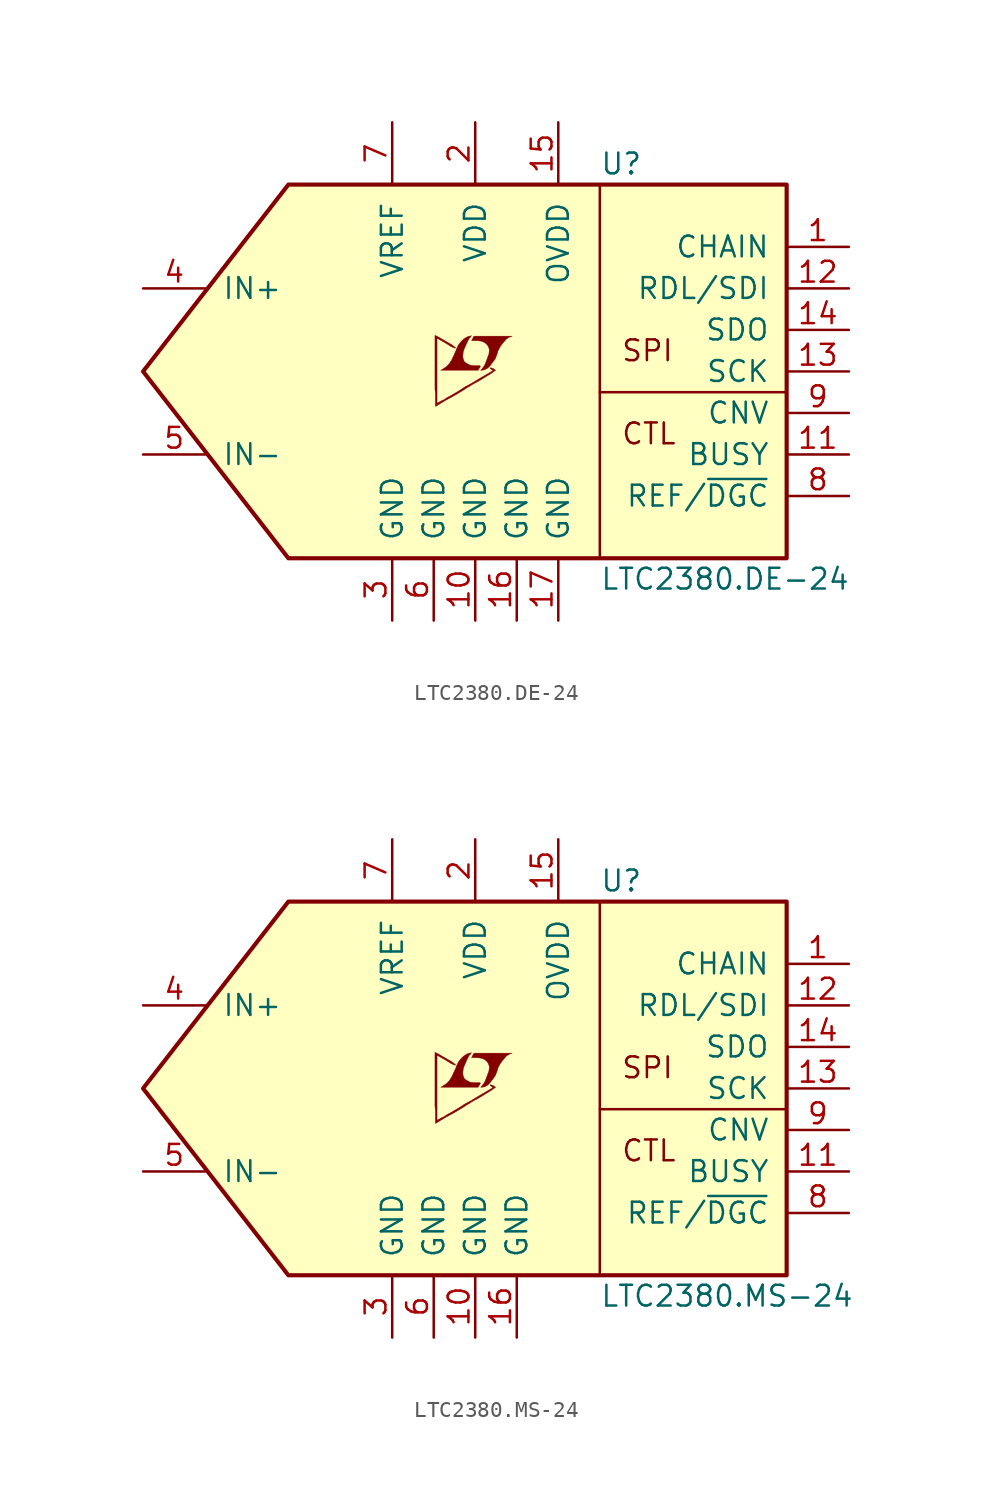
<source format=kicad_sym>
(kicad_symbol_lib
  (version 20201005)
  (generator kicad_symbol_editor)
  (symbol "LTC2380.DE-24"
    (pin_names
      (offset 1.016))
    (property "Reference" "U"
      (at 7.62 12.7 0)
      (effects (font (size 1.27 1.27)) (justify left)))
    (property "Value" "LTC2380.DE-24"
      (at 7.62 -12.7 0)
      (effects (font (size 1.27 1.27)) (justify left)))
    (symbol "LTC2380.DE-24_0_0"
      (text "CTL" (at 8.89 -3.81 0) (effects (font (size 1.27 1.27)) (justify left)))
      (text "SPI" (at 8.89 1.27 0) (effects (font (size 1.27 1.27)) (justify left)))
      (polyline (pts (xy 0.584 0.102) (xy 0.762 0.203) (xy 0.914 0.356) (xy 1.219 0.762) (xy 1.321 1.016) (xy 1.397 1.27) (xy 1.549 1.549) (xy 1.727 1.778) (xy 1.905 1.981) (xy 2.108 2.108) (xy 2.261 2.159) (xy -0.076 2.159) (xy -0.152 2.032) (xy -0.152 2.007) (xy -0.203 1.93) (xy -0.229 1.905) (xy -0.178 1.88) (xy 0.102 1.88) (xy 0.356 1.854) (xy 0.559 1.778) (xy 0.711 1.651) (xy 0.813 1.499) (xy 0.864 1.321) (xy 0.838 1.092) (xy 0.838 1.067) (xy 0.61 0.457) (xy 0.508 0.279) (xy 0.406 0.152) (xy 0.33 0.076) (xy 0.432 0.076) (xy 0.584 0.102)) (stroke (width 0.025)) (fill (type outline)))
      (polyline (pts (xy 0.229 0.178) (xy 0.254 0.203) (xy 0.305 0.279) (xy 0.305 0.33) (xy 0.254 0.356) (xy -0.051 0.356) (xy -0.305 0.381) (xy -0.508 0.483) (xy -0.66 0.584) (xy -0.737 0.762) (xy -0.762 0.94) (xy -0.737 1.168) (xy -0.737 1.194) (xy -0.686 1.346) (xy -0.533 1.702) (xy -0.381 2.007) (xy -0.305 2.083) (xy -0.229 2.184) (xy -0.356 2.159) (xy -0.508 2.108) (xy -0.711 1.981) (xy -0.889 1.803) (xy -1.041 1.6) (xy -1.168 1.321) (xy -1.168 1.295) (xy -1.321 0.965) (xy -1.448 0.686) (xy -1.6 0.457) (xy -1.753 0.305) (xy -1.93 0.178) (xy -2.108 0.076) (xy 0.178 0.076) (xy 0.229 0.178)) (stroke (width 0.025)) (fill (type outline)))
      (polyline (pts (xy -2.362 -2.108) (xy -2.286 -2.057) (xy -2.159 -1.981) (xy -2.083 -1.93) (xy -1.829 -1.778) (xy -1.27 -1.473) (xy -0.762 -1.168) (xy -0.533 -1.016) (xy -0.356 -0.914) (xy -0.203 -0.813) (xy -0.102 -0.762) (xy -0.025 -0.711) (xy 0.127 -0.635) (xy 0.305 -0.533) (xy 0.711 -0.279) (xy 0.889 -0.178) (xy 1.041 -0.076) (xy 1.143 0) (xy 1.219 0.051) (xy 1.245 0.076) (xy 1.092 0.178) (xy 0.94 0.229) (xy 0.914 0.203) (xy 0.914 0.178) (xy 0.991 0.127) (xy 1.092 0.051) (xy 0.178 -0.483) (xy -0.025 -0.61) (xy -0.33 -0.787) (xy -0.66 -0.965) (xy -0.965 -1.168) (xy -1.27 -1.346) (xy -1.524 -1.499) (xy -1.727 -1.6) (xy -1.905 -1.727) (xy -2.083 -1.803) (xy -2.21 -1.88) (xy -2.311 -1.93) (xy -2.337 -1.956) (xy -2.337 2.032) (xy -1.803 1.727) (xy -1.676 1.651) (xy -1.524 1.549) (xy -1.372 1.473) (xy -1.295 1.448) (xy -1.245 1.422) (xy -1.219 1.422) (xy -1.219 1.473) (xy -1.295 1.524) (xy -1.422 1.626) (xy -1.6 1.727) (xy -1.727 1.803) (xy -2.083 2.007) (xy -2.21 2.083) (xy -2.464 2.21) (xy -2.464 -1.067) (xy -2.438 -1.372) (xy -2.438 -2.134) (xy -2.413 -2.134) (xy -2.362 -2.108)) (stroke (width 0.025)) (fill (type outline))))
    (symbol "LTC2380.DE-24_0_1"
      (polyline (pts (xy 7.62 -1.27) (xy 19.05 -1.27)) (stroke (width 0)) (fill (type none)))
      (polyline (pts (xy 7.62 11.43) (xy 7.62 -11.43)) (stroke (width 0)) (fill (type none)))
      (polyline (pts (xy 19.05 11.43) (xy 19.05 -11.43) (xy -11.43 -11.43) (xy -20.32 0) (xy -11.43 11.43) (xy 19.05 11.43)) (stroke (width 0.254)) (fill (type background))))
    (symbol "LTC2380.DE-24_1_1"
      (pin input line (at 22.86 7.62 180) (length 3.81) (name "CHAIN" (effects (font (size 1.27 1.27)))) (number "1" (effects (font (size 1.27 1.27)))))
      (pin power_in line (at 0 -15.24 90) (length 3.81) (name "GND" (effects (font (size 1.27 1.27)))) (number "10" (effects (font (size 1.27 1.27)))))
      (pin output line (at 22.86 -5.08 180) (length 3.81) (name "BUSY" (effects (font (size 1.27 1.27)))) (number "11" (effects (font (size 1.27 1.27)))))
      (pin input line (at 22.86 5.08 180) (length 3.81) (name "RDL/SDI" (effects (font (size 1.27 1.27)))) (number "12" (effects (font (size 1.27 1.27)))))
      (pin input line (at 22.86 0 180) (length 3.81) (name "SCK" (effects (font (size 1.27 1.27)))) (number "13" (effects (font (size 1.27 1.27)))))
      (pin output line (at 22.86 2.54 180) (length 3.81) (name "SDO" (effects (font (size 1.27 1.27)))) (number "14" (effects (font (size 1.27 1.27)))))
      (pin power_in line (at 5.08 15.24 270) (length 3.81) (name "OVDD" (effects (font (size 1.27 1.27)))) (number "15" (effects (font (size 1.27 1.27)))))
      (pin power_in line (at 2.54 -15.24 90) (length 3.81) (name "GND" (effects (font (size 1.27 1.27)))) (number "16" (effects (font (size 1.27 1.27)))))
      (pin power_in line (at 5.08 -15.24 90) (length 3.81) (name "GND" (effects (font (size 1.27 1.27)))) (number "17" (effects (font (size 1.27 1.27)))))
      (pin power_in line (at 0 15.24 270) (length 3.81) (name "VDD" (effects (font (size 1.27 1.27)))) (number "2" (effects (font (size 1.27 1.27)))))
      (pin power_in line (at -5.08 -15.24 90) (length 3.81) (name "GND" (effects (font (size 1.27 1.27)))) (number "3" (effects (font (size 1.27 1.27)))))
      (pin input line (at -20.32 5.08 0) (length 3.81) (name "IN+" (effects (font (size 1.27 1.27)))) (number "4" (effects (font (size 1.27 1.27)))))
      (pin input line (at -20.32 -5.08 0) (length 3.81) (name "IN-" (effects (font (size 1.27 1.27)))) (number "5" (effects (font (size 1.27 1.27)))))
      (pin power_in line (at -2.54 -15.24 90) (length 3.81) (name "GND" (effects (font (size 1.27 1.27)))) (number "6" (effects (font (size 1.27 1.27)))))
      (pin passive line (at -5.08 15.24 270) (length 3.81) (name "VREF" (effects (font (size 1.27 1.27)))) (number "7" (effects (font (size 1.27 1.27)))))
      (pin input line (at 22.86 -7.62 180) (length 3.81) (name "REF/~DGC~" (effects (font (size 1.27 1.27)))) (number "8" (effects (font (size 1.27 1.27)))))
      (pin input line (at 22.86 -2.54 180) (length 3.81) (name "CNV" (effects (font (size 1.27 1.27)))) (number "9" (effects (font (size 1.27 1.27)))))))
  (symbol "LTC2380.MS-24"
    (pin_names
      (offset 1.016))
    (property "Reference" "U"
      (at 7.62 12.7 0)
      (effects (font (size 1.27 1.27)) (justify left)))
    (property "Value" "LTC2380.MS-24"
      (at 7.62 -12.7 0)
      (effects (font (size 1.27 1.27)) (justify left)))
    (symbol "LTC2380.MS-24_0_0"
      (text "CTL" (at 8.89 -3.81 0) (effects (font (size 1.27 1.27)) (justify left)))
      (text "SPI" (at 8.89 1.27 0) (effects (font (size 1.27 1.27)) (justify left)))
      (polyline (pts (xy 0.584 0.102) (xy 0.762 0.203) (xy 0.914 0.356) (xy 1.219 0.762) (xy 1.321 1.016) (xy 1.397 1.27) (xy 1.549 1.549) (xy 1.727 1.778) (xy 1.905 1.981) (xy 2.108 2.108) (xy 2.261 2.159) (xy -0.076 2.159) (xy -0.152 2.032) (xy -0.152 2.007) (xy -0.203 1.93) (xy -0.229 1.905) (xy -0.178 1.88) (xy 0.102 1.88) (xy 0.356 1.854) (xy 0.559 1.778) (xy 0.711 1.651) (xy 0.813 1.499) (xy 0.864 1.321) (xy 0.838 1.092) (xy 0.838 1.067) (xy 0.61 0.457) (xy 0.508 0.279) (xy 0.406 0.152) (xy 0.33 0.076) (xy 0.432 0.076) (xy 0.584 0.102)) (stroke (width 0.025)) (fill (type outline)))
      (polyline (pts (xy 0.229 0.178) (xy 0.254 0.203) (xy 0.305 0.279) (xy 0.305 0.33) (xy 0.254 0.356) (xy -0.051 0.356) (xy -0.305 0.381) (xy -0.508 0.483) (xy -0.66 0.584) (xy -0.737 0.762) (xy -0.762 0.94) (xy -0.737 1.168) (xy -0.737 1.194) (xy -0.686 1.346) (xy -0.533 1.702) (xy -0.381 2.007) (xy -0.305 2.083) (xy -0.229 2.184) (xy -0.356 2.159) (xy -0.508 2.108) (xy -0.711 1.981) (xy -0.889 1.803) (xy -1.041 1.6) (xy -1.168 1.321) (xy -1.168 1.295) (xy -1.321 0.965) (xy -1.448 0.686) (xy -1.6 0.457) (xy -1.753 0.305) (xy -1.93 0.178) (xy -2.108 0.076) (xy 0.178 0.076) (xy 0.229 0.178)) (stroke (width 0.025)) (fill (type outline)))
      (polyline (pts (xy -2.362 -2.108) (xy -2.286 -2.057) (xy -2.159 -1.981) (xy -2.083 -1.93) (xy -1.829 -1.778) (xy -1.27 -1.473) (xy -0.762 -1.168) (xy -0.533 -1.016) (xy -0.356 -0.914) (xy -0.203 -0.813) (xy -0.102 -0.762) (xy -0.025 -0.711) (xy 0.127 -0.635) (xy 0.305 -0.533) (xy 0.711 -0.279) (xy 0.889 -0.178) (xy 1.041 -0.076) (xy 1.143 0) (xy 1.219 0.051) (xy 1.245 0.076) (xy 1.092 0.178) (xy 0.94 0.229) (xy 0.914 0.203) (xy 0.914 0.178) (xy 0.991 0.127) (xy 1.092 0.051) (xy 0.178 -0.483) (xy -0.025 -0.61) (xy -0.33 -0.787) (xy -0.66 -0.965) (xy -0.965 -1.168) (xy -1.27 -1.346) (xy -1.524 -1.499) (xy -1.727 -1.6) (xy -1.905 -1.727) (xy -2.083 -1.803) (xy -2.21 -1.88) (xy -2.311 -1.93) (xy -2.337 -1.956) (xy -2.337 2.032) (xy -1.803 1.727) (xy -1.676 1.651) (xy -1.524 1.549) (xy -1.372 1.473) (xy -1.295 1.448) (xy -1.245 1.422) (xy -1.219 1.422) (xy -1.219 1.473) (xy -1.295 1.524) (xy -1.422 1.626) (xy -1.6 1.727) (xy -1.727 1.803) (xy -2.083 2.007) (xy -2.21 2.083) (xy -2.464 2.21) (xy -2.464 -1.067) (xy -2.438 -1.372) (xy -2.438 -2.134) (xy -2.413 -2.134) (xy -2.362 -2.108)) (stroke (width 0.025)) (fill (type outline))))
    (symbol "LTC2380.MS-24_0_1"
      (polyline (pts (xy 7.62 -1.27) (xy 19.05 -1.27)) (stroke (width 0)) (fill (type none)))
      (polyline (pts (xy 7.62 11.43) (xy 7.62 -11.43)) (stroke (width 0)) (fill (type none)))
      (polyline (pts (xy 19.05 11.43) (xy 19.05 -11.43) (xy -11.43 -11.43) (xy -20.32 0) (xy -11.43 11.43) (xy 19.05 11.43)) (stroke (width 0.254)) (fill (type background))))
    (symbol "LTC2380.MS-24_1_1"
      (pin input line (at 22.86 7.62 180) (length 3.81) (name "CHAIN" (effects (font (size 1.27 1.27)))) (number "1" (effects (font (size 1.27 1.27)))))
      (pin power_in line (at 0 -15.24 90) (length 3.81) (name "GND" (effects (font (size 1.27 1.27)))) (number "10" (effects (font (size 1.27 1.27)))))
      (pin output line (at 22.86 -5.08 180) (length 3.81) (name "BUSY" (effects (font (size 1.27 1.27)))) (number "11" (effects (font (size 1.27 1.27)))))
      (pin input line (at 22.86 5.08 180) (length 3.81) (name "RDL/SDI" (effects (font (size 1.27 1.27)))) (number "12" (effects (font (size 1.27 1.27)))))
      (pin input line (at 22.86 0 180) (length 3.81) (name "SCK" (effects (font (size 1.27 1.27)))) (number "13" (effects (font (size 1.27 1.27)))))
      (pin output line (at 22.86 2.54 180) (length 3.81) (name "SDO" (effects (font (size 1.27 1.27)))) (number "14" (effects (font (size 1.27 1.27)))))
      (pin power_in line (at 5.08 15.24 270) (length 3.81) (name "OVDD" (effects (font (size 1.27 1.27)))) (number "15" (effects (font (size 1.27 1.27)))))
      (pin power_in line (at 2.54 -15.24 90) (length 3.81) (name "GND" (effects (font (size 1.27 1.27)))) (number "16" (effects (font (size 1.27 1.27)))))
      (pin power_in line (at 0 15.24 270) (length 3.81) (name "VDD" (effects (font (size 1.27 1.27)))) (number "2" (effects (font (size 1.27 1.27)))))
      (pin power_in line (at -5.08 -15.24 90) (length 3.81) (name "GND" (effects (font (size 1.27 1.27)))) (number "3" (effects (font (size 1.27 1.27)))))
      (pin input line (at -20.32 5.08 0) (length 3.81) (name "IN+" (effects (font (size 1.27 1.27)))) (number "4" (effects (font (size 1.27 1.27)))))
      (pin input line (at -20.32 -5.08 0) (length 3.81) (name "IN-" (effects (font (size 1.27 1.27)))) (number "5" (effects (font (size 1.27 1.27)))))
      (pin power_in line (at -2.54 -15.24 90) (length 3.81) (name "GND" (effects (font (size 1.27 1.27)))) (number "6" (effects (font (size 1.27 1.27)))))
      (pin passive line (at -5.08 15.24 270) (length 3.81) (name "VREF" (effects (font (size 1.27 1.27)))) (number "7" (effects (font (size 1.27 1.27)))))
      (pin input line (at 22.86 -7.62 180) (length 3.81) (name "REF/~DGC~" (effects (font (size 1.27 1.27)))) (number "8" (effects (font (size 1.27 1.27)))))
      (pin input line (at 22.86 -2.54 180) (length 3.81) (name "CNV" (effects (font (size 1.27 1.27)))) (number "9" (effects (font (size 1.27 1.27))))))))
</source>
